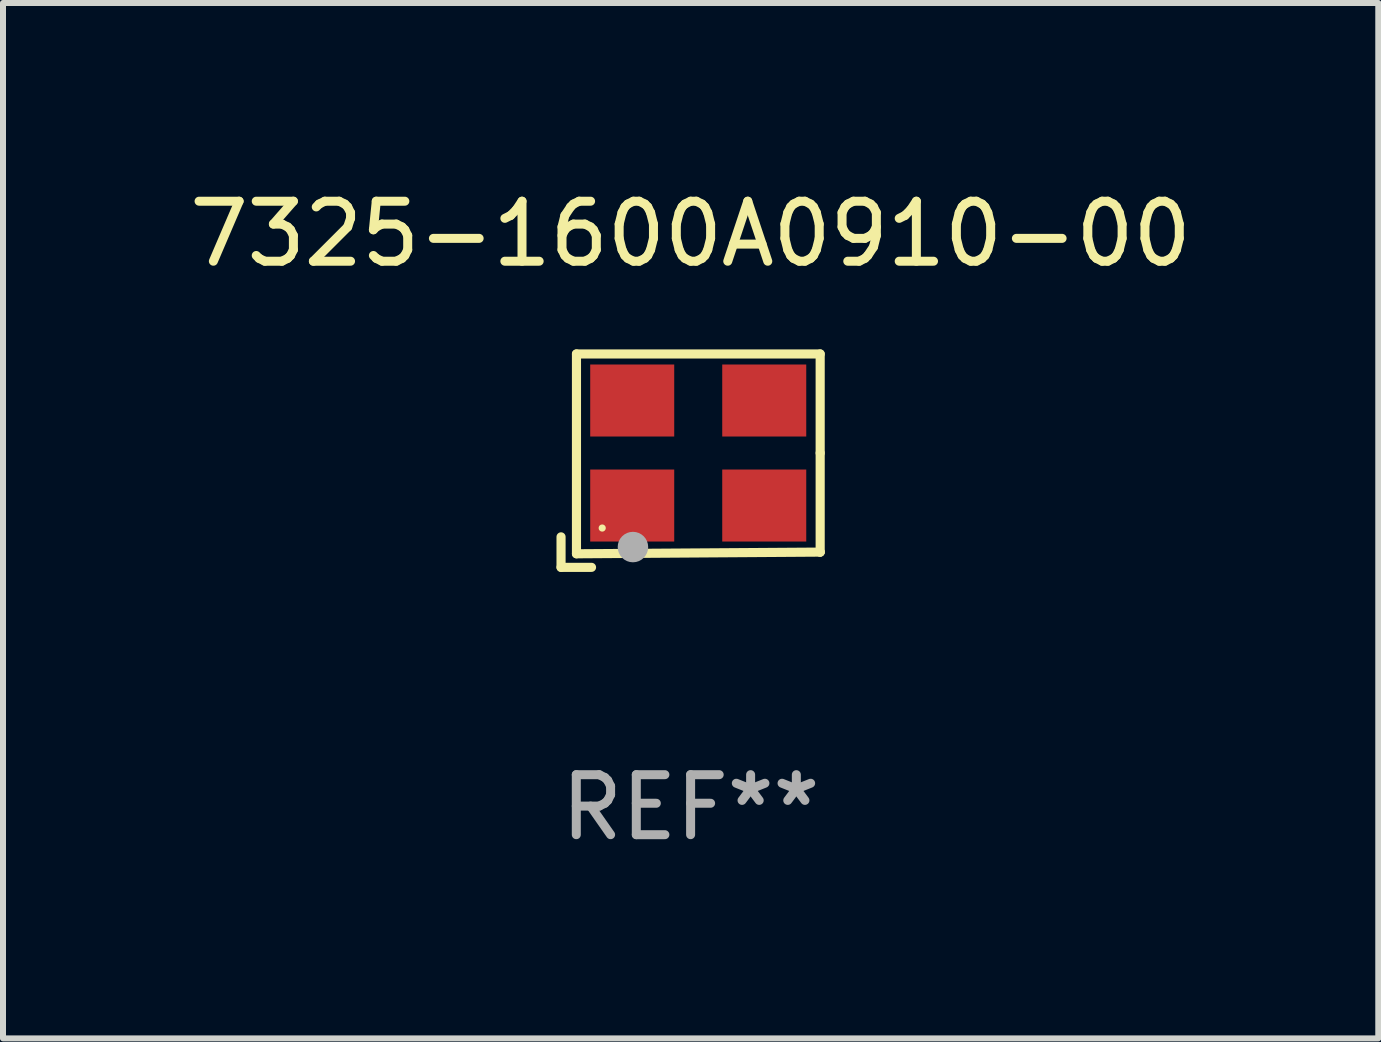
<source format=kicad_pcb>
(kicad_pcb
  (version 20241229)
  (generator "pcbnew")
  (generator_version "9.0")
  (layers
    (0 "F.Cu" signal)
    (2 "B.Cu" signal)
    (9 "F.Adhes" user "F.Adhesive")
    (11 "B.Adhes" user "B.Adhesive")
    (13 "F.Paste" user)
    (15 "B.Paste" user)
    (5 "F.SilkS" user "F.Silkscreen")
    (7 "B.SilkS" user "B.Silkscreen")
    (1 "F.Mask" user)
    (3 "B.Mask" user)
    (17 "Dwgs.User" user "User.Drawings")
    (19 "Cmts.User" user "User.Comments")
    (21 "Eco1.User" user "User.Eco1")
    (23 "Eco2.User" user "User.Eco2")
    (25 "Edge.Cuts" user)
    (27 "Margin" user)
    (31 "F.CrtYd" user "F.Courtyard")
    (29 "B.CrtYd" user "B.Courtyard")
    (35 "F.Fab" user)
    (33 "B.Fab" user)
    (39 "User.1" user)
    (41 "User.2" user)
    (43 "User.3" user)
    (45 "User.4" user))
  (footprint "7325-1600A0910-00"
    (layer "F.Cu")
    (at 8.458 4.626)
    (property "Reference" "7325-1600A0910-00" (at 0 -3.778 0) (layer "F.SilkS") (effects (font (size 1 1) (thickness 0.15))))
    (attr through_hole)
    (fp_line (start -2.159 1.27) (end -2.159 1.778) (stroke (width 0.152) (type solid)) (layer "F.SilkS"))
    (fp_line (start -2.159 1.778) (end -1.651 1.778) (stroke (width 0.152) (type solid)) (layer "F.SilkS"))
    (fp_line (start -1.902 -1.778) (end 2.159 -1.778) (stroke (width 0.152) (type solid)) (layer "F.SilkS"))
    (fp_line (start -1.902 1.552) (end -1.902 -1.778) (stroke (width 0.152) (type solid)) (layer "F.SilkS"))
    (fp_line (start 2.159 -1.778) (end 2.159 -0.127) (stroke (width 0.152) (type solid)) (layer "F.SilkS"))
    (fp_line (start 2.159 -0.127) (end 2.159 1.524) (stroke (width 0.152) (type solid)) (layer "F.SilkS"))
    (fp_line (start 2.159 1.524) (end -1.902 1.552) (stroke (width 0.152) (type solid)) (layer "F.SilkS"))
    (fp_line (start 2.159 1.524) (end 2.159 1.524) (stroke (width 0.152) (type solid)) (layer "F.SilkS"))
    (fp_circle (center -1.473 1.123) (end -1.443 1.123) (stroke (width 0.06) (type solid)) (fill no) (layer "F.SilkS"))
    (fp_circle (center -0.961 1.44) (end -0.834 1.44) (stroke (width 0.254) (type solid)) (fill no) (layer "F.Fab"))
    (fp_text user "REF**" (at 0 5.778 0) (layer "F.Fab") (effects (font (size 1 1) (thickness 0.15))))
    (pad "1" smd rect (at -0.973 0.748) (size 1.4 1.2) (layers "F.Cu" "F.Mask" "F.Paste"))
    (pad "2" smd rect (at 1.227 0.748) (size 1.4 1.2) (layers "F.Cu" "F.Mask" "F.Paste"))
    (pad "3" smd rect (at 1.227 -1.002) (size 1.4 1.2) (layers "F.Cu" "F.Mask" "F.Paste"))
    (pad "4" smd rect (at -0.973 -1.002) (size 1.4 1.2) (layers "F.Cu" "F.Mask" "F.Paste")))
  (gr_rect
    (start -3 -3)
    (end 19.917 14.253)
    (stroke (width 0.1) (type default))
    (fill no)
    (layer "Edge.Cuts")))
</source>
